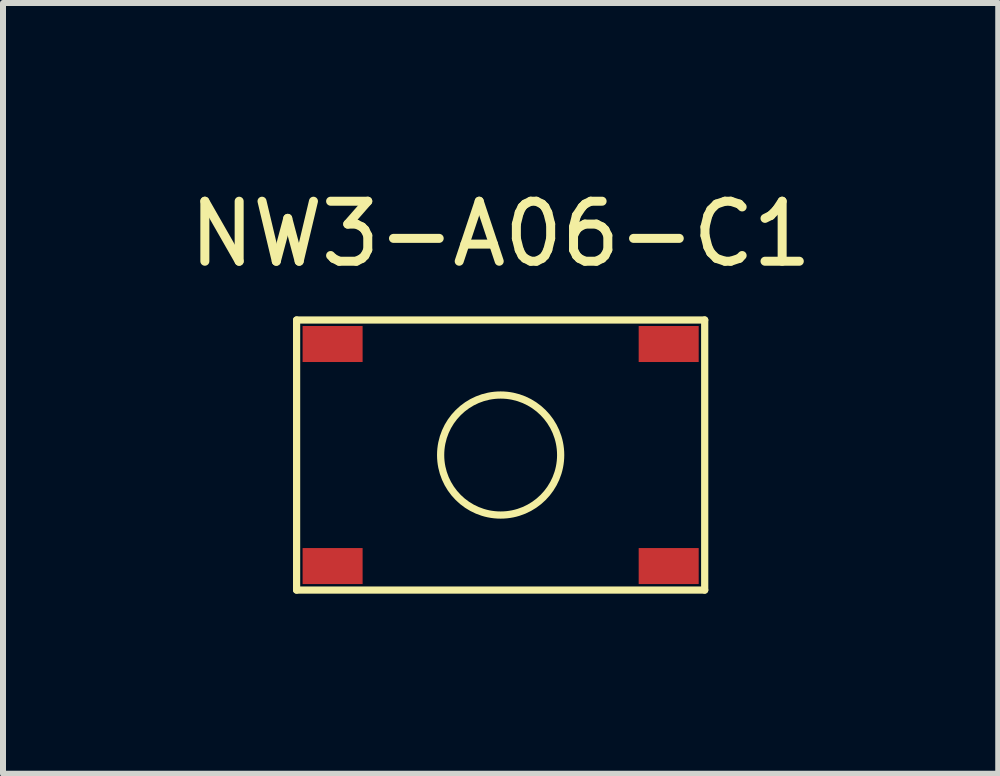
<source format=kicad_pcb>
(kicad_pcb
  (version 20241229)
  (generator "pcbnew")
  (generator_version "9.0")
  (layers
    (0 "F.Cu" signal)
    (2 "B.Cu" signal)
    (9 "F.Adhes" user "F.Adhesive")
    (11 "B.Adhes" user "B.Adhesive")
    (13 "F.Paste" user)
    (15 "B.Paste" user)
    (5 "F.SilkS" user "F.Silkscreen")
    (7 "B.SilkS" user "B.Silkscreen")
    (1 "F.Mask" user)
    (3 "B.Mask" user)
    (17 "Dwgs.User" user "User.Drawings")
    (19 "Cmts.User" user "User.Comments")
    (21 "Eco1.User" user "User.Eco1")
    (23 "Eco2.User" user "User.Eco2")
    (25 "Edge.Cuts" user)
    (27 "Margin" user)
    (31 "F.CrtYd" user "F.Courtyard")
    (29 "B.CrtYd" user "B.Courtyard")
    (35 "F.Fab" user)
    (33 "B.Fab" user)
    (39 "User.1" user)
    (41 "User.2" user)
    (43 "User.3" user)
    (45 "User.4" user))
  (footprint "NW3-A06-C1"
    (layer "F.Cu")
    (at 5.292 4.582)
    (property "Reference" "NW3-A06-C1" (at 0 -3.734 0) (layer "F.SilkS") (effects (font (size 1 1) (thickness 0.15))))
    (attr through_hole)
    (fp_line (start -3.4 -2.3) (end -3.4 2.2) (stroke (width 0.12) (type solid)) (layer "F.SilkS"))
    (fp_line (start -3.4 2.2) (end 3.4 2.2) (stroke (width 0.12) (type solid)) (layer "F.SilkS"))
    (fp_line (start 3.4 -2.3) (end -3.4 -2.3) (stroke (width 0.12) (type solid)) (layer "F.SilkS"))
    (fp_line (start 3.4 2.2) (end 3.4 -2.3) (stroke (width 0.12) (type solid)) (layer "F.SilkS"))
    (fp_circle (center 0 -0.05) (end 1 -0.05) (stroke (width 0.12) (type solid)) (fill no) (layer "F.SilkS"))
    (pad "1" smd rect (at -2.8 -1.9) (size 1 0.6) (layers "F.Cu" "F.Mask" "F.Paste"))
    (pad "2" smd rect (at 2.8 -1.9) (size 1 0.6) (layers "F.Cu" "F.Mask" "F.Paste"))
    (pad "3" smd rect (at -2.8 1.8) (size 1 0.6) (layers "F.Cu" "F.Mask" "F.Paste"))
    (pad "4" smd rect (at 2.8 1.8) (size 1 0.6) (layers "F.Cu" "F.Mask" "F.Paste")))
  (gr_rect
    (start -3 -3)
    (end 13.583 9.842)
    (stroke (width 0.1) (type default))
    (fill no)
    (layer "Edge.Cuts")))
</source>
